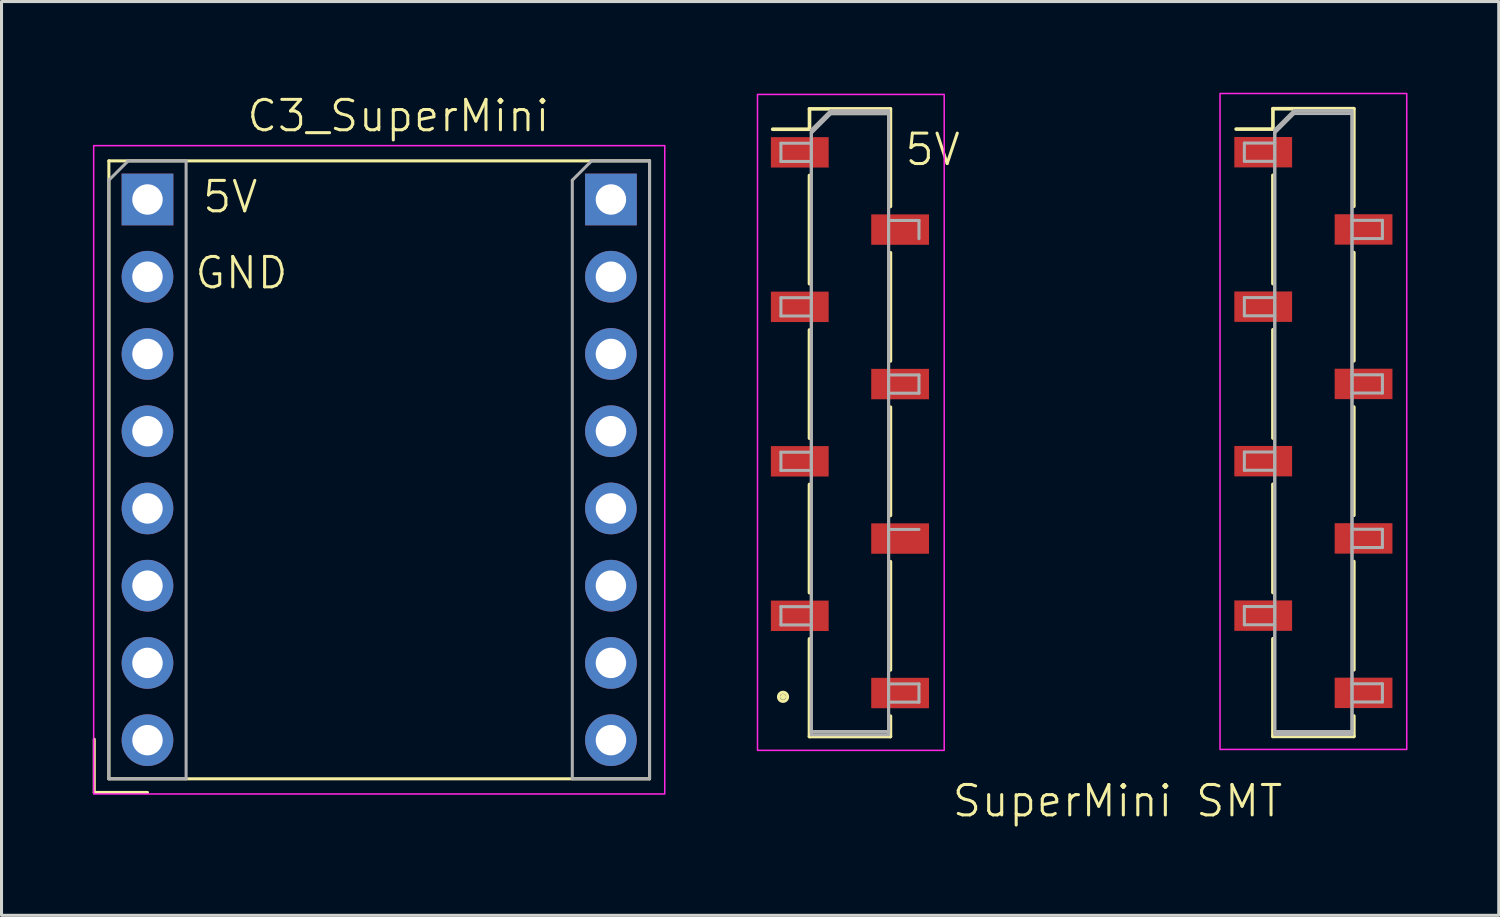
<source format=kicad_pcb>
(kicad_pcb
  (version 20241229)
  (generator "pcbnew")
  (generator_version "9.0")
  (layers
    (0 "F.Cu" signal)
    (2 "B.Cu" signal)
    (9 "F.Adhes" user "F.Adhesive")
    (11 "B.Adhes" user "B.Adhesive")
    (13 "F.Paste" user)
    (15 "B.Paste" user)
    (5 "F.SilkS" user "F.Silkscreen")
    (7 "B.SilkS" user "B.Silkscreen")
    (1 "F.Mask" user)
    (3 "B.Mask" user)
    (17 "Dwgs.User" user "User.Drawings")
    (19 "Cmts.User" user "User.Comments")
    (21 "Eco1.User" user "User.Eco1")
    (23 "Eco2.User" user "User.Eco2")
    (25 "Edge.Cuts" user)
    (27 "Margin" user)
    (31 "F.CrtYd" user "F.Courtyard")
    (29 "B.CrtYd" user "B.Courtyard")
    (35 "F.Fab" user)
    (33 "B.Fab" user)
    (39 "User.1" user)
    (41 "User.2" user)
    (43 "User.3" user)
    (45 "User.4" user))
  (footprint "C3_SuperMini"
    (layer "F.Cu")
    (at 1.8 3.51)
    (property "Reference" "C3_SuperMini" (at 8.25 -2.75 0) (unlocked yes) (layer "F.SilkS") (effects (font (size 1 1) (thickness 0.1))))
    (attr smd)
    (fp_line (start -1.75 17.75) (end -1.75 19.5) (stroke (width 0.1) (type default)) (layer "F.SilkS"))
    (fp_line (start -1.75 19.5) (end 0 19.5) (stroke (width 0.1) (type default)) (layer "F.SilkS"))
    (fp_line (start -1.27 -1.27) (end -1.27 19.05) (stroke (width 0.1) (type solid)) (layer "F.SilkS"))
    (fp_line (start -1.27 19.05) (end 16.51 19.05) (stroke (width 0.1) (type solid)) (layer "F.SilkS"))
    (fp_line (start 16.51 -1.27) (end -1.27 -1.27) (stroke (width 0.1) (type solid)) (layer "F.SilkS"))
    (fp_line (start 16.51 -1.27) (end 16.51 19.05) (stroke (width 0.1) (type solid)) (layer "F.SilkS"))
    (fp_rect (start -1.77 -1.77) (end 17.01 19.55) (stroke (width 0.05) (type solid)) (fill no) (layer "F.CrtYd"))
    (fp_line (start -1.27 -0.635) (end -0.635 -1.27) (stroke (width 0.1) (type solid)) (layer "F.Fab"))
    (fp_line (start -1.27 19.05) (end -1.27 -0.635) (stroke (width 0.1) (type solid)) (layer "F.Fab"))
    (fp_line (start -0.635 -1.27) (end 1.27 -1.27) (stroke (width 0.1) (type solid)) (layer "F.Fab"))
    (fp_line (start 1.27 -1.27) (end 1.27 19.05) (stroke (width 0.1) (type solid)) (layer "F.Fab"))
    (fp_line (start 1.27 19.05) (end -1.27 19.05) (stroke (width 0.1) (type solid)) (layer "F.Fab"))
    (fp_line (start 13.97 -0.635) (end 14.605 -1.27) (stroke (width 0.1) (type solid)) (layer "F.Fab"))
    (fp_line (start 13.97 19.05) (end 13.97 -0.635) (stroke (width 0.1) (type solid)) (layer "F.Fab"))
    (fp_line (start 14.605 -1.27) (end 16.51 -1.27) (stroke (width 0.1) (type solid)) (layer "F.Fab"))
    (fp_line (start 16.51 -1.27) (end 16.51 19.05) (stroke (width 0.1) (type solid)) (layer "F.Fab"))
    (fp_line (start 16.51 19.05) (end 13.97 19.05) (stroke (width 0.1) (type solid)) (layer "F.Fab"))
    (fp_text user "GND" (at 1.5 3 0) (unlocked yes) (layer "F.SilkS") (effects (font (size 1 1) (thickness 0.1)) (justify left bottom)))
    (fp_text user "5V" (at 1.75 0.5 0) (unlocked yes) (layer "F.SilkS") (effects (font (size 1 1) (thickness 0.1)) (justify left bottom)))
    (pad "1" thru_hole rect (at 0 0) (size 1.7 1.7) (drill 1) (layers "*.Cu" "*.Mask"))
    (pad "1" thru_hole rect (at 15.24 0) (size 1.7 1.7) (drill 1) (layers "*.Cu" "*.Mask"))
    (pad "2" thru_hole circle (at 0 2.54) (size 1.7 1.7) (drill 1) (layers "*.Cu" "*.Mask"))
    (pad "2" thru_hole circle (at 15.24 2.54) (size 1.7 1.7) (drill 1) (layers "*.Cu" "*.Mask"))
    (pad "3" thru_hole circle (at 0 5.08) (size 1.7 1.7) (drill 1) (layers "*.Cu" "*.Mask"))
    (pad "3" thru_hole circle (at 15.24 5.08) (size 1.7 1.7) (drill 1) (layers "*.Cu" "*.Mask"))
    (pad "4" thru_hole circle (at 0 7.62) (size 1.7 1.7) (drill 1) (layers "*.Cu" "*.Mask"))
    (pad "4" thru_hole circle (at 15.24 7.62) (size 1.7 1.7) (drill 1) (layers "*.Cu" "*.Mask"))
    (pad "5" thru_hole circle (at 0 10.16) (size 1.7 1.7) (drill 1) (layers "*.Cu" "*.Mask"))
    (pad "5" thru_hole circle (at 15.24 10.16) (size 1.7 1.7) (drill 1) (layers "*.Cu" "*.Mask"))
    (pad "6" thru_hole circle (at 0 12.7) (size 1.7 1.7) (drill 1) (layers "*.Cu" "*.Mask"))
    (pad "6" thru_hole circle (at 15.24 12.7) (size 1.7 1.7) (drill 1) (layers "*.Cu" "*.Mask"))
    (pad "7" thru_hole circle (at 0 15.24) (size 1.7 1.7) (drill 1) (layers "*.Cu" "*.Mask"))
    (pad "7" thru_hole circle (at 15.24 15.24) (size 1.7 1.7) (drill 1) (layers "*.Cu" "*.Mask"))
    (pad "8" thru_hole circle (at 0 17.78) (size 1.7 1.7) (drill 1) (layers "*.Cu" "*.Mask"))
    (pad "8" thru_hole circle (at 15.24 17.78) (size 1.7 1.7) (drill 1) (layers "*.Cu" "*.Mask")))
  (footprint "SuperMini SMT"
    (layer "F.Cu")
    (at 32.52 10.845)
    (property "Reference" "SuperMini SMT" (at 1.18 12.445 0) (unlocked yes) (layer "F.SilkS") (effects (font (size 1 1) (thickness 0.1))))
    (attr smd)
    (fp_line (start -10.16 -9.645) (end -8.95 -9.645) (stroke (width 0.12) (type solid)) (layer "F.SilkS"))
    (fp_line (start -8.95 -10.315) (end -8.95 -9.645) (stroke (width 0.12) (type solid)) (layer "F.SilkS"))
    (fp_line (start -8.95 -10.315) (end -6.29 -10.315) (stroke (width 0.12) (type solid)) (layer "F.SilkS"))
    (fp_line (start -8.95 -8.125) (end -8.95 -4.565) (stroke (width 0.12) (type solid)) (layer "F.SilkS"))
    (fp_line (start -8.95 -3.045) (end -8.95 0.515) (stroke (width 0.12) (type solid)) (layer "F.SilkS"))
    (fp_line (start -8.95 2.035) (end -8.95 5.595) (stroke (width 0.12) (type solid)) (layer "F.SilkS"))
    (fp_line (start -8.95 7.115) (end -8.95 10.325) (stroke (width 0.12) (type solid)) (layer "F.SilkS"))
    (fp_line (start -8.95 10.325) (end -6.29 10.325) (stroke (width 0.12) (type solid)) (layer "F.SilkS"))
    (fp_line (start -6.29 -10.315) (end -6.29 -7.105) (stroke (width 0.12) (type solid)) (layer "F.SilkS"))
    (fp_line (start -6.29 -5.585) (end -6.29 -2.025) (stroke (width 0.12) (type solid)) (layer "F.SilkS"))
    (fp_line (start -6.29 -0.505) (end -6.29 3.055) (stroke (width 0.12) (type solid)) (layer "F.SilkS"))
    (fp_line (start -6.29 4.575) (end -6.29 8.135) (stroke (width 0.12) (type solid)) (layer "F.SilkS"))
    (fp_line (start -6.29 9.655) (end -6.29 10.325) (stroke (width 0.12) (type solid)) (layer "F.SilkS"))
    (fp_line (start 5.08 -9.65) (end 6.29 -9.65) (stroke (width 0.12) (type solid)) (layer "F.SilkS"))
    (fp_line (start 6.29 -10.32) (end 6.29 -9.65) (stroke (width 0.12) (type solid)) (layer "F.SilkS"))
    (fp_line (start 6.29 -10.32) (end 8.95 -10.32) (stroke (width 0.12) (type solid)) (layer "F.SilkS"))
    (fp_line (start 6.29 -8.13) (end 6.29 -4.57) (stroke (width 0.12) (type solid)) (layer "F.SilkS"))
    (fp_line (start 6.29 -3.05) (end 6.29 0.51) (stroke (width 0.12) (type solid)) (layer "F.SilkS"))
    (fp_line (start 6.29 2.03) (end 6.29 5.59) (stroke (width 0.12) (type solid)) (layer "F.SilkS"))
    (fp_line (start 6.29 7.11) (end 6.29 10.32) (stroke (width 0.12) (type solid)) (layer "F.SilkS"))
    (fp_line (start 6.29 10.32) (end 8.95 10.32) (stroke (width 0.12) (type solid)) (layer "F.SilkS"))
    (fp_line (start 8.95 -10.32) (end 8.95 -7.11) (stroke (width 0.12) (type solid)) (layer "F.SilkS"))
    (fp_line (start 8.95 -5.59) (end 8.95 -2.03) (stroke (width 0.12) (type solid)) (layer "F.SilkS"))
    (fp_line (start 8.95 -0.51) (end 8.95 3.05) (stroke (width 0.12) (type solid)) (layer "F.SilkS"))
    (fp_line (start 8.95 4.57) (end 8.95 8.13) (stroke (width 0.12) (type solid)) (layer "F.SilkS"))
    (fp_line (start 8.95 9.65) (end 8.95 10.32) (stroke (width 0.12) (type solid)) (layer "F.SilkS"))
    (fp_circle (center -9.82 9.02) (end -9.79 9.06) (stroke (width 0.1) (type default)) (fill no) (layer "F.SilkS"))
    (fp_circle (center -9.82 9.02) (end -9.7 9.11) (stroke (width 0.1) (type default)) (fill no) (layer "F.SilkS"))
    (fp_rect (start -10.66 -10.79) (end -4.52 10.78) (stroke (width 0.05) (type solid)) (fill no) (layer "F.CrtYd"))
    (fp_rect (start 4.55 -10.82) (end 10.69 10.75) (stroke (width 0.05) (type solid)) (fill no) (layer "F.CrtYd"))
    (fp_line (start -9.89 -9.185) (end -8.89 -9.185) (stroke (width 0.1) (type solid)) (layer "F.Fab"))
    (fp_line (start -9.89 -8.585) (end -9.89 -9.185) (stroke (width 0.1) (type solid)) (layer "F.Fab"))
    (fp_line (start -9.89 -4.105) (end -8.89 -4.105) (stroke (width 0.1) (type solid)) (layer "F.Fab"))
    (fp_line (start -9.89 -3.505) (end -9.89 -4.105) (stroke (width 0.1) (type solid)) (layer "F.Fab"))
    (fp_line (start -9.89 0.975) (end -8.89 0.975) (stroke (width 0.1) (type solid)) (layer "F.Fab"))
    (fp_line (start -9.89 1.575) (end -9.89 0.975) (stroke (width 0.1) (type solid)) (layer "F.Fab"))
    (fp_line (start -9.89 6.055) (end -8.89 6.055) (stroke (width 0.1) (type solid)) (layer "F.Fab"))
    (fp_line (start -9.89 6.655) (end -9.89 6.055) (stroke (width 0.1) (type solid)) (layer "F.Fab"))
    (fp_line (start -8.89 -9.62) (end -8.255 -10.255) (stroke (width 0.1) (type solid)) (layer "F.Fab"))
    (fp_line (start -8.89 -9.525) (end -8.255 -10.16) (stroke (width 0.1) (type solid)) (layer "F.Fab"))
    (fp_line (start -8.89 -9.52) (end -8.255 -10.155) (stroke (width 0.1) (type solid)) (layer "F.Fab"))
    (fp_line (start -8.89 -8.585) (end -9.89 -8.585) (stroke (width 0.1) (type solid)) (layer "F.Fab"))
    (fp_line (start -8.89 -3.505) (end -9.89 -3.505) (stroke (width 0.1) (type solid)) (layer "F.Fab"))
    (fp_line (start -8.89 1.575) (end -9.89 1.575) (stroke (width 0.1) (type solid)) (layer "F.Fab"))
    (fp_line (start -8.89 6.655) (end -9.89 6.655) (stroke (width 0.1) (type solid)) (layer "F.Fab"))
    (fp_line (start -8.89 10.165) (end -8.89 -9.52) (stroke (width 0.1) (type solid)) (layer "F.Fab"))
    (fp_line (start -8.89 10.265) (end -8.89 -9.62) (stroke (width 0.1) (type solid)) (layer "F.Fab"))
    (fp_line (start -8.255 -10.255) (end -6.35 -10.255) (stroke (width 0.1) (type solid)) (layer "F.Fab"))
    (fp_line (start -8.255 -10.16) (end -6.35 -10.16) (stroke (width 0.1) (type solid)) (layer "F.Fab"))
    (fp_line (start -8.255 -10.155) (end -6.35 -10.155) (stroke (width 0.1) (type solid)) (layer "F.Fab"))
    (fp_line (start -6.35 -10.255) (end -6.35 10.265) (stroke (width 0.1) (type solid)) (layer "F.Fab"))
    (fp_line (start -6.35 -10.16) (end -6.35 10.16) (stroke (width 0.1) (type solid)) (layer "F.Fab"))
    (fp_line (start -6.35 -10.155) (end -6.35 10.165) (stroke (width 0.1) (type solid)) (layer "F.Fab"))
    (fp_line (start -6.35 -6.645) (end -5.35 -6.645) (stroke (width 0.1) (type solid)) (layer "F.Fab"))
    (fp_line (start -6.35 -1.565) (end -5.35 -1.565) (stroke (width 0.1) (type solid)) (layer "F.Fab"))
    (fp_line (start -6.35 3.515) (end -5.35 3.515) (stroke (width 0.1) (type solid)) (layer "F.Fab"))
    (fp_line (start -6.35 8.595) (end -5.35 8.595) (stroke (width 0.1) (type solid)) (layer "F.Fab"))
    (fp_line (start -6.35 10.16) (end -8.89 10.16) (stroke (width 0.1) (type solid)) (layer "F.Fab"))
    (fp_line (start -6.35 10.165) (end -8.89 10.165) (stroke (width 0.1) (type solid)) (layer "F.Fab"))
    (fp_line (start -6.35 10.265) (end -8.89 10.265) (stroke (width 0.1) (type solid)) (layer "F.Fab"))
    (fp_line (start -5.35 -6.645) (end -5.35 -6.045) (stroke (width 0.1) (type solid)) (layer "F.Fab"))
    (fp_line (start -5.35 -1.565) (end -5.35 -0.965) (stroke (width 0.1) (type solid)) (layer "F.Fab"))
    (fp_line (start -5.35 -0.965) (end -6.35 -0.965) (stroke (width 0.1) (type solid)) (layer "F.Fab"))
    (fp_line (start -5.35 8.595) (end -5.35 9.195) (stroke (width 0.1) (type solid)) (layer "F.Fab"))
    (fp_line (start -5.35 9.195) (end -6.35 9.195) (stroke (width 0.1) (type solid)) (layer "F.Fab"))
    (fp_line (start 5.35 -9.19) (end 6.35 -9.19) (stroke (width 0.1) (type solid)) (layer "F.Fab"))
    (fp_line (start 5.35 -8.59) (end 5.35 -9.19) (stroke (width 0.1) (type solid)) (layer "F.Fab"))
    (fp_line (start 5.35 -4.11) (end 6.35 -4.11) (stroke (width 0.1) (type solid)) (layer "F.Fab"))
    (fp_line (start 5.35 -3.51) (end 5.35 -4.11) (stroke (width 0.1) (type solid)) (layer "F.Fab"))
    (fp_line (start 5.35 0.97) (end 6.35 0.97) (stroke (width 0.1) (type solid)) (layer "F.Fab"))
    (fp_line (start 5.35 1.57) (end 5.35 0.97) (stroke (width 0.1) (type solid)) (layer "F.Fab"))
    (fp_line (start 5.35 6.05) (end 6.35 6.05) (stroke (width 0.1) (type solid)) (layer "F.Fab"))
    (fp_line (start 5.35 6.65) (end 5.35 6.05) (stroke (width 0.1) (type solid)) (layer "F.Fab"))
    (fp_line (start 6.35 -9.625) (end 6.985 -10.26) (stroke (width 0.1) (type solid)) (layer "F.Fab"))
    (fp_line (start 6.35 -9.525) (end 6.985 -10.16) (stroke (width 0.1) (type solid)) (layer "F.Fab"))
    (fp_line (start 6.35 -8.59) (end 5.35 -8.59) (stroke (width 0.1) (type solid)) (layer "F.Fab"))
    (fp_line (start 6.35 -3.51) (end 5.35 -3.51) (stroke (width 0.1) (type solid)) (layer "F.Fab"))
    (fp_line (start 6.35 1.57) (end 5.35 1.57) (stroke (width 0.1) (type solid)) (layer "F.Fab"))
    (fp_line (start 6.35 6.65) (end 5.35 6.65) (stroke (width 0.1) (type solid)) (layer "F.Fab"))
    (fp_line (start 6.35 10.16) (end 6.35 -9.525) (stroke (width 0.1) (type solid)) (layer "F.Fab"))
    (fp_line (start 6.35 10.26) (end 6.35 -9.625) (stroke (width 0.1) (type solid)) (layer "F.Fab"))
    (fp_line (start 6.985 -10.26) (end 8.89 -10.26) (stroke (width 0.1) (type solid)) (layer "F.Fab"))
    (fp_line (start 6.985 -10.16) (end 8.89 -10.16) (stroke (width 0.1) (type solid)) (layer "F.Fab"))
    (fp_line (start 8.89 -10.26) (end 8.89 10.26) (stroke (width 0.1) (type solid)) (layer "F.Fab"))
    (fp_line (start 8.89 -10.16) (end 8.89 10.16) (stroke (width 0.1) (type solid)) (layer "F.Fab"))
    (fp_line (start 8.89 -6.65) (end 9.89 -6.65) (stroke (width 0.1) (type solid)) (layer "F.Fab"))
    (fp_line (start 8.89 -1.57) (end 9.89 -1.57) (stroke (width 0.1) (type solid)) (layer "F.Fab"))
    (fp_line (start 8.89 3.51) (end 9.89 3.51) (stroke (width 0.1) (type solid)) (layer "F.Fab"))
    (fp_line (start 8.89 8.59) (end 9.89 8.59) (stroke (width 0.1) (type solid)) (layer "F.Fab"))
    (fp_line (start 8.89 10.16) (end 6.35 10.16) (stroke (width 0.1) (type solid)) (layer "F.Fab"))
    (fp_line (start 8.89 10.26) (end 6.35 10.26) (stroke (width 0.1) (type solid)) (layer "F.Fab"))
    (fp_line (start 9.89 -6.65) (end 9.89 -6.05) (stroke (width 0.1) (type solid)) (layer "F.Fab"))
    (fp_line (start 9.89 -6.05) (end 8.89 -6.05) (stroke (width 0.1) (type solid)) (layer "F.Fab"))
    (fp_line (start 9.89 -1.57) (end 9.89 -0.97) (stroke (width 0.1) (type solid)) (layer "F.Fab"))
    (fp_line (start 9.89 -0.97) (end 8.89 -0.97) (stroke (width 0.1) (type solid)) (layer "F.Fab"))
    (fp_line (start 9.89 3.51) (end 9.89 4.11) (stroke (width 0.1) (type solid)) (layer "F.Fab"))
    (fp_line (start 9.89 4.11) (end 8.89 4.11) (stroke (width 0.1) (type solid)) (layer "F.Fab"))
    (fp_line (start 9.89 8.59) (end 9.89 9.19) (stroke (width 0.1) (type solid)) (layer "F.Fab"))
    (fp_line (start 9.89 9.19) (end 8.89 9.19) (stroke (width 0.1) (type solid)) (layer "F.Fab"))
    (fp_text user "5V" (at -5.87 -8.39 0) (unlocked yes) (layer "F.SilkS") (effects (font (size 1 1) (thickness 0.1)) (justify left bottom)))
    (pad "1" smd rect (at -5.97 8.895) (size 1.9 1) (layers "F.Cu" "F.Mask" "F.Paste"))
    (pad "2" smd rect (at -9.27 6.355) (size 1.9 1) (layers "F.Cu" "F.Mask" "F.Paste"))
    (pad "3" smd rect (at -5.97 3.815) (size 1.9 1) (layers "F.Cu" "F.Mask" "F.Paste"))
    (pad "4" smd rect (at -9.27 1.275) (size 1.9 1) (layers "F.Cu" "F.Mask" "F.Paste"))
    (pad "5" smd rect (at -5.97 -1.265) (size 1.9 1) (layers "F.Cu" "F.Mask" "F.Paste"))
    (pad "6" smd rect (at -9.27 -3.805) (size 1.9 1) (layers "F.Cu" "F.Mask" "F.Paste"))
    (pad "7" smd rect (at -5.97 -6.345) (size 1.9 1) (layers "F.Cu" "F.Mask" "F.Paste"))
    (pad "8" smd rect (at -9.27 -8.885) (size 1.9 1) (layers "F.Cu" "F.Mask" "F.Paste"))
    (pad "9" smd rect (at 5.97 -8.89) (size 1.9 1) (layers "F.Cu" "F.Mask" "F.Paste"))
    (pad "10" smd rect (at 9.27 -6.35) (size 1.9 1) (layers "F.Cu" "F.Mask" "F.Paste"))
    (pad "11" smd rect (at 5.97 -3.81) (size 1.9 1) (layers "F.Cu" "F.Mask" "F.Paste"))
    (pad "12" smd rect (at 9.27 -1.27) (size 1.9 1) (layers "F.Cu" "F.Mask" "F.Paste"))
    (pad "13" smd rect (at 5.97 1.27) (size 1.9 1) (layers "F.Cu" "F.Mask" "F.Paste"))
    (pad "14" smd rect (at 9.27 3.81) (size 1.9 1) (layers "F.Cu" "F.Mask" "F.Paste"))
    (pad "15" smd rect (at 5.97 6.35) (size 1.9 1) (layers "F.Cu" "F.Mask" "F.Paste"))
    (pad "16" smd rect (at 9.27 8.89) (size 1.9 1) (layers "F.Cu" "F.Mask" "F.Paste")))
  (gr_rect
    (start -3 -3)
    (end 46.235 27.05)
    (stroke (width 0.1) (type default))
    (fill no)
    (layer "Edge.Cuts")))
</source>
